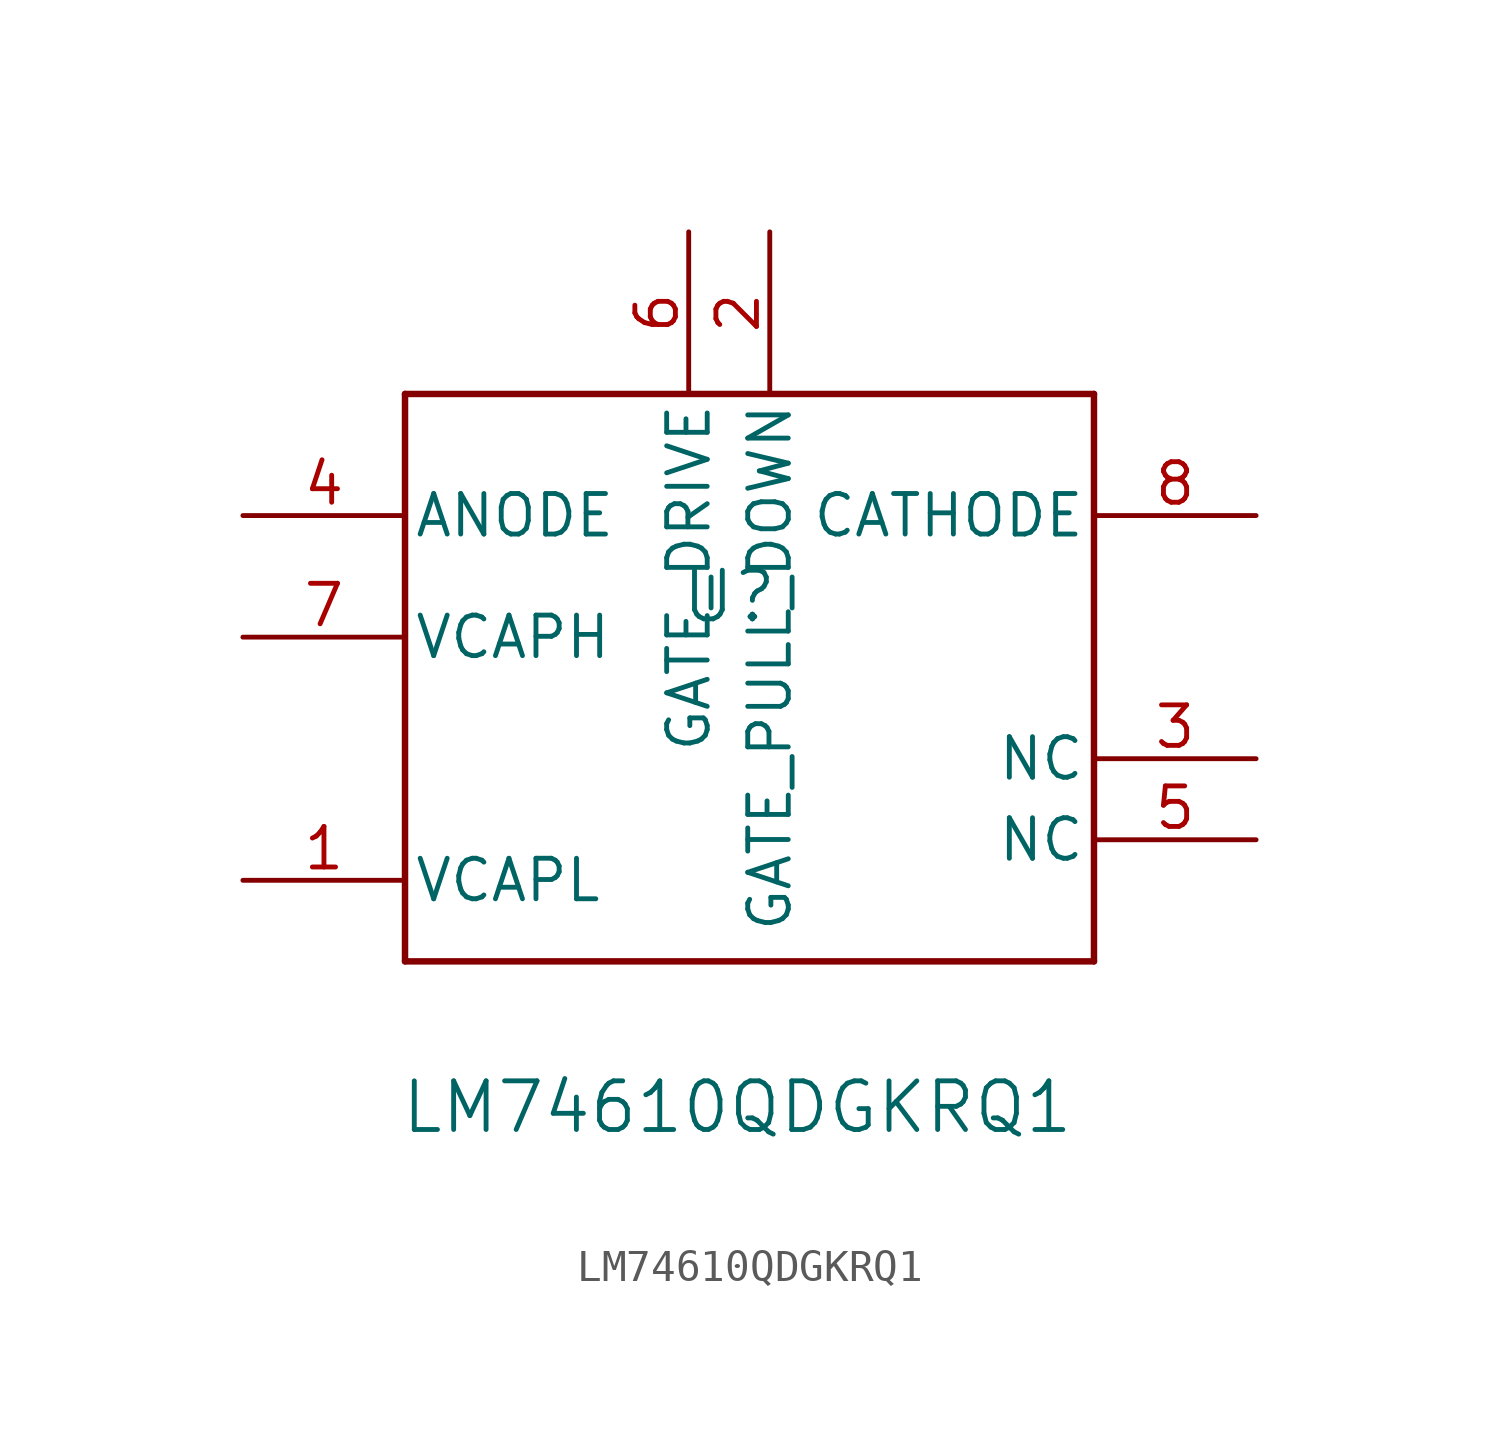
<source format=kicad_sym>
(kicad_symbol_lib
  (version 20241209)
  (generator "kicad_symbol_editor")
  (generator_version "9.0")
  (symbol "LM74610QDGKRQ1"
    (pin_names
      (offset 0.254))
    (property "Reference" "U"
      (at 0 2.54 0)
      (effects (font (size 1.524 1.524))))
    (property "Value" "LM74610QDGKRQ1"
      (at 0.254 -13.462 0)
      (effects (font (size 1.524 1.524))))
    (property "ki_locked" ""
      (at 0 0 0)
      (effects (font (size 1.27 1.27))))
    (symbol "LM74610QDGKRQ1_0_1"
      (polyline (pts (xy -10.16 8.89) (xy -10.16 -8.89)) (stroke (width 0.203) (type default)) (fill (type none)))
      (polyline (pts (xy -10.16 -8.89) (xy 11.43 -8.89)) (stroke (width 0.203) (type default)) (fill (type none)))
      (polyline (pts (xy 11.43 8.89) (xy -10.16 8.89)) (stroke (width 0.203) (type default)) (fill (type none)))
      (polyline (pts (xy 11.43 -8.89) (xy 11.43 8.89)) (stroke (width 0.203) (type default)) (fill (type none)))
      (pin power_in line (at -15.24 5.08 0) (length 5.08) (name "ANODE" (effects (font (size 1.27 1.27)))) (number "4" (effects (font (size 1.27 1.27)))))
      (pin unspecified line (at -15.24 1.27 0) (length 5.08) (name "VCAPH" (effects (font (size 1.27 1.27)))) (number "7" (effects (font (size 1.27 1.27)))))
      (pin unspecified line (at -15.24 -6.35 0) (length 5.08) (name "VCAPL" (effects (font (size 1.27 1.27)))) (number "1" (effects (font (size 1.27 1.27)))))
      (pin output line (at -1.27 13.97 270) (length 5.08) (name "GATE_DRIVE" (effects (font (size 1.27 1.27)))) (number "6" (effects (font (size 1.27 1.27)))))
      (pin unspecified line (at 1.27 13.97 270) (length 5.08) (name "GATE_PULL_DOWN" (effects (font (size 1.27 1.27)))) (number "2" (effects (font (size 1.27 1.27)))))
      (pin output line (at 16.51 5.08 180) (length 5.08) (name "CATHODE" (effects (font (size 1.27 1.27)))) (number "8" (effects (font (size 1.27 1.27)))))
      (pin unspecified line (at 16.51 -2.54 180) (length 5.08) (name "NC" (effects (font (size 1.27 1.27)))) (number "3" (effects (font (size 1.27 1.27)))))
      (pin unspecified line (at 16.51 -5.08 180) (length 5.08) (name "NC" (effects (font (size 1.27 1.27)))) (number "5" (effects (font (size 1.27 1.27))))))))
</source>
